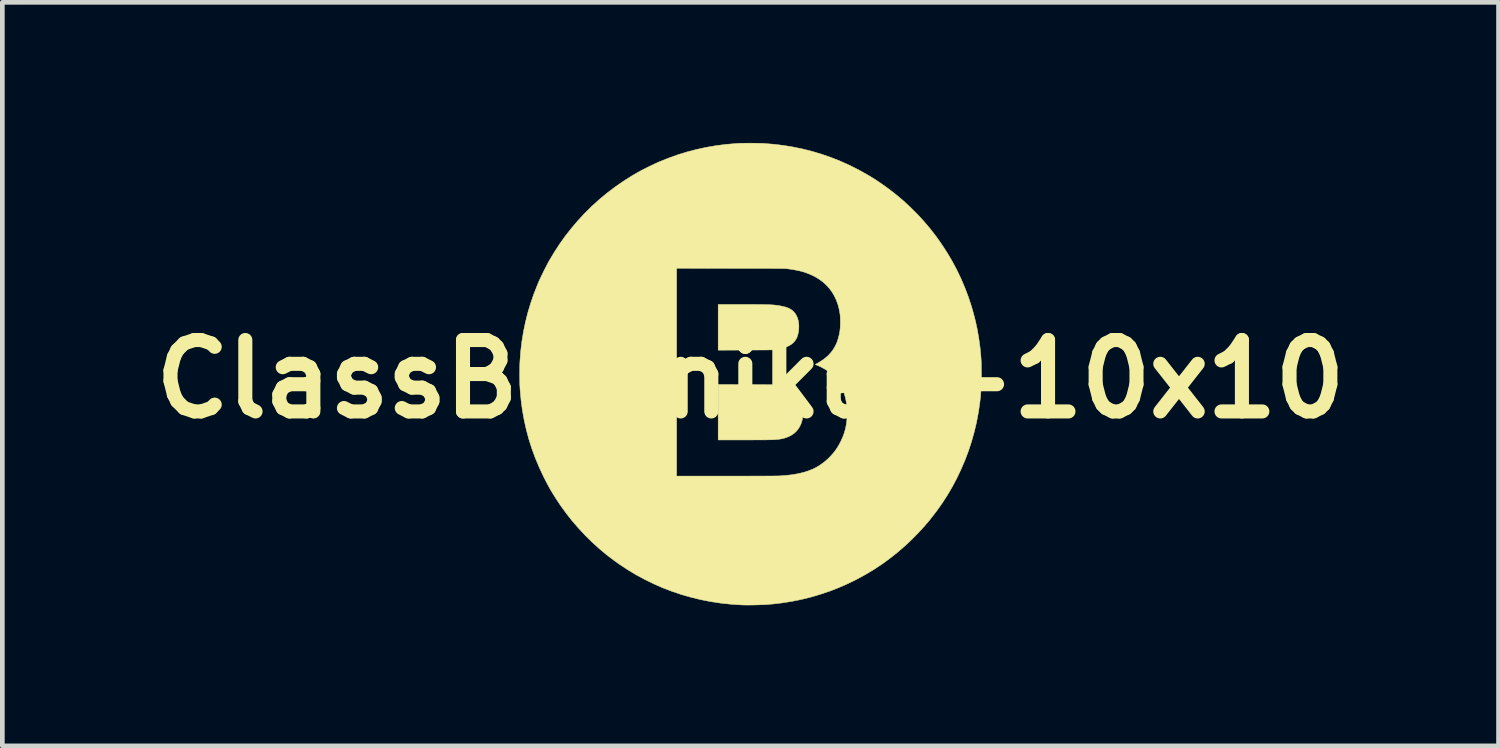
<source format=kicad_pcb>
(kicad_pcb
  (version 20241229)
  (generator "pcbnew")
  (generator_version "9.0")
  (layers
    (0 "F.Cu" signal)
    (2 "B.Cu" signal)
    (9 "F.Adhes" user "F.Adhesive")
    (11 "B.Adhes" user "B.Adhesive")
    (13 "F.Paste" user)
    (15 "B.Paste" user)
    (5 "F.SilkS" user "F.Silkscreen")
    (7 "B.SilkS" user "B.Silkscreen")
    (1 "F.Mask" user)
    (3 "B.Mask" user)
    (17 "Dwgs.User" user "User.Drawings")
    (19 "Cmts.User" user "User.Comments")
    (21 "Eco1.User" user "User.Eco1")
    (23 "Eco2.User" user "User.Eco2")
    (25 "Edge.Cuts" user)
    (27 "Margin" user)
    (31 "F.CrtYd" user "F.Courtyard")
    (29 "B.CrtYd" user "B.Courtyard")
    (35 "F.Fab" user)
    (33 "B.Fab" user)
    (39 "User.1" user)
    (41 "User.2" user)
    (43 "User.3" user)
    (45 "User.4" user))
  (footprint "ClassBMoniker-10x10"
    (layer "F.Cu")
    (at 12.961 5.039)
    (property "Reference" "ClassBMoniker-10x10" (at 0 0 0) (layer "F.SilkS") (effects (font (size 1.524 1.524) (thickness 0.3))))
    (attr through_hole)
    (fp_poly (pts (xy -0.181 -1.593) (xy -0.088 -1.593) (xy -0.003 -1.593) (xy 0.074 -1.593) (xy 0.143 -1.592) (xy 0.205 -1.592) (xy 0.261 -1.591) (xy 0.312 -1.59) (xy 0.357 -1.589) (xy 0.397 -1.588) (xy 0.434 -1.586) (xy 0.467 -1.584) (xy 0.497 -1.582) (xy 0.525 -1.579) (xy 0.551 -1.576) (xy 0.576 -1.573) (xy 0.6 -1.569) (xy 0.625 -1.565) (xy 0.65 -1.56) (xy 0.66 -1.558) (xy 0.717 -1.546) (xy 0.767 -1.532) (xy 0.809 -1.516) (xy 0.846 -1.498) (xy 0.879 -1.476) (xy 0.909 -1.451) (xy 0.919 -1.441) (xy 0.954 -1.402) (xy 0.981 -1.358) (xy 1.003 -1.309) (xy 1.019 -1.255) (xy 1.029 -1.194) (xy 1.033 -1.15) (xy 1.033 -1.094) (xy 1.029 -1.037) (xy 1.02 -0.982) (xy 1.007 -0.931) (xy 0.991 -0.885) (xy 0.986 -0.875) (xy 0.96 -0.831) (xy 0.929 -0.792) (xy 0.892 -0.757) (xy 0.847 -0.726) (xy 0.806 -0.704) (xy 0.762 -0.684) (xy 0.718 -0.668) (xy 0.671 -0.654) (xy 0.619 -0.641) (xy 0.56 -0.631) (xy 0.538 -0.627) (xy 0.529 -0.627) (xy 0.514 -0.626) (xy 0.493 -0.625) (xy 0.466 -0.624) (xy 0.432 -0.624) (xy 0.391 -0.623) (xy 0.343 -0.622) (xy 0.287 -0.622) (xy 0.223 -0.622) (xy 0.151 -0.621) (xy 0.071 -0.621) (xy -0.018 -0.62) (xy -0.094 -0.62) (xy -0.688 -0.618) (xy -0.688 -1.593) (xy -0.181 -1.593)) (stroke (width 0.01) (type solid)) (fill yes) (layer "F.SilkS"))
    (fp_poly (pts (xy -0.082 0.117) (xy 0.007 0.117) (xy 0.088 0.117) (xy 0.16 0.118) (xy 0.225 0.118) (xy 0.283 0.118) (xy 0.334 0.119) (xy 0.379 0.119) (xy 0.419 0.12) (xy 0.453 0.12) (xy 0.484 0.121) (xy 0.51 0.122) (xy 0.533 0.123) (xy 0.554 0.124) (xy 0.572 0.126) (xy 0.588 0.127) (xy 0.603 0.129) (xy 0.618 0.131) (xy 0.632 0.133) (xy 0.647 0.136) (xy 0.663 0.139) (xy 0.741 0.156) (xy 0.812 0.179) (xy 0.875 0.208) (xy 0.932 0.242) (xy 0.981 0.282) (xy 1.023 0.328) (xy 1.043 0.355) (xy 1.072 0.404) (xy 1.094 0.455) (xy 1.11 0.51) (xy 1.12 0.571) (xy 1.125 0.635) (xy 1.125 0.721) (xy 1.118 0.801) (xy 1.104 0.876) (xy 1.083 0.944) (xy 1.055 1.007) (xy 1.02 1.063) (xy 0.978 1.114) (xy 0.93 1.158) (xy 0.874 1.196) (xy 0.812 1.228) (xy 0.744 1.253) (xy 0.709 1.263) (xy 0.69 1.268) (xy 0.672 1.272) (xy 0.653 1.276) (xy 0.634 1.279) (xy 0.614 1.282) (xy 0.592 1.285) (xy 0.567 1.287) (xy 0.541 1.289) (xy 0.51 1.291) (xy 0.476 1.293) (xy 0.438 1.294) (xy 0.395 1.295) (xy 0.347 1.296) (xy 0.293 1.296) (xy 0.232 1.297) (xy 0.165 1.297) (xy 0.09 1.297) (xy 0.007 1.298) (xy -0.084 1.298) (xy -0.128 1.298) (xy -0.688 1.298) (xy -0.688 0.115) (xy -0.082 0.117)) (stroke (width 0.01) (type solid)) (fill yes) (layer "F.SilkS"))
    (fp_poly (pts (xy 0.063 -5.033) (xy 0.116 -5.033) (xy 0.165 -5.032) (xy 0.209 -5.031) (xy 0.247 -5.03) (xy 0.273 -5.029) (xy 0.488 -5.012) (xy 0.701 -4.987) (xy 0.912 -4.952) (xy 1.12 -4.909) (xy 1.325 -4.857) (xy 1.528 -4.796) (xy 1.728 -4.726) (xy 1.924 -4.648) (xy 2.118 -4.561) (xy 2.308 -4.465) (xy 2.495 -4.361) (xy 2.535 -4.337) (xy 2.659 -4.261) (xy 2.784 -4.177) (xy 2.909 -4.088) (xy 3.032 -3.996) (xy 3.15 -3.901) (xy 3.25 -3.817) (xy 3.406 -3.673) (xy 3.556 -3.524) (xy 3.7 -3.368) (xy 3.836 -3.207) (xy 3.965 -3.041) (xy 4.086 -2.869) (xy 4.2 -2.693) (xy 4.307 -2.512) (xy 4.405 -2.327) (xy 4.496 -2.137) (xy 4.578 -1.944) (xy 4.652 -1.747) (xy 4.718 -1.547) (xy 4.775 -1.344) (xy 4.805 -1.222) (xy 4.843 -1.044) (xy 4.873 -0.867) (xy 4.898 -0.688) (xy 4.916 -0.505) (xy 4.923 -0.404) (xy 4.924 -0.384) (xy 4.925 -0.356) (xy 4.926 -0.321) (xy 4.926 -0.282) (xy 4.927 -0.238) (xy 4.927 -0.192) (xy 4.928 -0.144) (xy 4.928 -0.109) (xy 4.927 -0.03) (xy 4.927 0.042) (xy 4.925 0.107) (xy 4.923 0.168) (xy 4.92 0.226) (xy 4.916 0.283) (xy 4.912 0.34) (xy 4.906 0.399) (xy 4.899 0.462) (xy 4.893 0.513) (xy 4.862 0.721) (xy 4.823 0.927) (xy 4.774 1.132) (xy 4.717 1.334) (xy 4.652 1.533) (xy 4.578 1.729) (xy 4.495 1.922) (xy 4.405 2.112) (xy 4.307 2.297) (xy 4.201 2.478) (xy 4.087 2.654) (xy 3.965 2.825) (xy 3.836 2.991) (xy 3.801 3.034) (xy 3.702 3.149) (xy 3.596 3.265) (xy 3.485 3.379) (xy 3.37 3.491) (xy 3.254 3.596) (xy 3.145 3.69) (xy 2.98 3.821) (xy 2.811 3.945) (xy 2.636 4.06) (xy 2.456 4.168) (xy 2.272 4.269) (xy 2.084 4.361) (xy 1.892 4.446) (xy 1.697 4.522) (xy 1.498 4.589) (xy 1.297 4.649) (xy 1.094 4.699) (xy 0.888 4.741) (xy 0.68 4.774) (xy 0.471 4.799) (xy 0.45 4.8) (xy 0.381 4.806) (xy 0.306 4.811) (xy 0.228 4.814) (xy 0.148 4.817) (xy 0.067 4.819) (xy -0.011 4.82) (xy -0.086 4.82) (xy -0.155 4.819) (xy -0.204 4.817) (xy -0.421 4.802) (xy -0.636 4.779) (xy -0.848 4.747) (xy -1.057 4.706) (xy -1.263 4.656) (xy -1.467 4.598) (xy -1.667 4.531) (xy -1.864 4.456) (xy -2.057 4.371) (xy -2.247 4.279) (xy -2.434 4.178) (xy -2.617 4.068) (xy -2.796 3.95) (xy -2.908 3.87) (xy -3.07 3.747) (xy -3.228 3.615) (xy -3.381 3.476) (xy -3.528 3.331) (xy -3.669 3.179) (xy -3.805 3.022) (xy -3.933 2.859) (xy -4.053 2.693) (xy -4.103 2.619) (xy -4.154 2.54) (xy -4.201 2.466) (xy -4.245 2.394) (xy -4.287 2.322) (xy -4.327 2.248) (xy -4.368 2.17) (xy -4.411 2.086) (xy -4.417 2.074) (xy -4.419 2.069) (xy -1.575 2.069) (xy -0.511 2.069) (xy -0.389 2.069) (xy -0.272 2.069) (xy -0.161 2.069) (xy -0.056 2.069) (xy 0.043 2.068) (xy 0.134 2.068) (xy 0.219 2.068) (xy 0.296 2.068) (xy 0.366 2.067) (xy 0.429 2.067) (xy 0.483 2.067) (xy 0.53 2.066) (xy 0.568 2.066) (xy 0.597 2.065) (xy 0.618 2.065) (xy 0.628 2.064) (xy 0.749 2.055) (xy 0.861 2.043) (xy 0.966 2.027) (xy 1.064 2.007) (xy 1.156 1.983) (xy 1.242 1.955) (xy 1.322 1.923) (xy 1.398 1.886) (xy 1.47 1.844) (xy 1.538 1.797) (xy 1.604 1.745) (xy 1.667 1.688) (xy 1.697 1.657) (xy 1.751 1.599) (xy 1.799 1.54) (xy 1.842 1.479) (xy 1.883 1.413) (xy 1.922 1.34) (xy 1.933 1.318) (xy 1.972 1.231) (xy 2.004 1.143) (xy 2.029 1.054) (xy 2.047 0.962) (xy 2.059 0.866) (xy 2.064 0.765) (xy 2.064 0.725) (xy 2.06 0.615) (xy 2.049 0.51) (xy 2.03 0.41) (xy 2.004 0.315) (xy 1.97 0.225) (xy 1.928 0.14) (xy 1.879 0.06) (xy 1.84 0.007) (xy 1.819 -0.018) (xy 1.793 -0.047) (xy 1.763 -0.077) (xy 1.732 -0.106) (xy 1.701 -0.133) (xy 1.674 -0.155) (xy 1.673 -0.156) (xy 1.622 -0.192) (xy 1.564 -0.227) (xy 1.503 -0.26) (xy 1.442 -0.288) (xy 1.424 -0.295) (xy 1.407 -0.302) (xy 1.394 -0.308) (xy 1.386 -0.311) (xy 1.385 -0.312) (xy 1.389 -0.315) (xy 1.399 -0.321) (xy 1.414 -0.33) (xy 1.428 -0.337) (xy 1.493 -0.376) (xy 1.55 -0.414) (xy 1.602 -0.454) (xy 1.65 -0.495) (xy 1.672 -0.517) (xy 1.726 -0.577) (xy 1.773 -0.642) (xy 1.814 -0.713) (xy 1.848 -0.789) (xy 1.875 -0.872) (xy 1.897 -0.961) (xy 1.908 -1.022) (xy 1.912 -1.058) (xy 1.916 -1.101) (xy 1.918 -1.148) (xy 1.919 -1.199) (xy 1.919 -1.249) (xy 1.918 -1.298) (xy 1.916 -1.343) (xy 1.912 -1.382) (xy 1.91 -1.395) (xy 1.892 -1.497) (xy 1.866 -1.595) (xy 1.832 -1.687) (xy 1.791 -1.774) (xy 1.743 -1.856) (xy 1.687 -1.932) (xy 1.625 -2.002) (xy 1.555 -2.066) (xy 1.479 -2.123) (xy 1.396 -2.175) (xy 1.353 -2.198) (xy 1.283 -2.231) (xy 1.212 -2.26) (xy 1.138 -2.285) (xy 1.06 -2.307) (xy 0.976 -2.325) (xy 0.887 -2.341) (xy 0.79 -2.354) (xy 0.782 -2.355) (xy 0.774 -2.356) (xy 0.764 -2.356) (xy 0.753 -2.357) (xy 0.741 -2.358) (xy 0.726 -2.358) (xy 0.709 -2.359) (xy 0.688 -2.359) (xy 0.665 -2.36) (xy 0.638 -2.36) (xy 0.607 -2.36) (xy 0.572 -2.361) (xy 0.532 -2.361) (xy 0.487 -2.361) (xy 0.437 -2.362) (xy 0.381 -2.362) (xy 0.32 -2.362) (xy 0.251 -2.362) (xy 0.176 -2.362) (xy 0.094 -2.363) (xy 0.004 -2.363) (xy -0.093 -2.363) (xy -0.199 -2.363) (xy -0.314 -2.363) (xy -0.426 -2.363) (xy -1.575 -2.365) (xy -1.575 2.069) (xy -4.419 2.069) (xy -4.507 1.881) (xy -4.589 1.685) (xy -4.662 1.487) (xy -4.726 1.286) (xy -4.781 1.082) (xy -4.827 0.876) (xy -4.865 0.667) (xy -4.893 0.455) (xy -4.913 0.24) (xy -4.918 0.162) (xy -4.92 0.13) (xy -4.921 0.091) (xy -4.922 0.046) (xy -4.922 -0.004) (xy -4.923 -0.057) (xy -4.923 -0.111) (xy -4.923 -0.165) (xy -4.922 -0.217) (xy -4.922 -0.266) (xy -4.921 -0.311) (xy -4.919 -0.349) (xy -4.918 -0.374) (xy -4.902 -0.588) (xy -4.877 -0.799) (xy -4.843 -1.007) (xy -4.801 -1.212) (xy -4.75 -1.415) (xy -4.69 -1.616) (xy -4.621 -1.816) (xy -4.543 -2.014) (xy -4.528 -2.05) (xy -4.51 -2.093) (xy -4.487 -2.142) (xy -4.462 -2.195) (xy -4.435 -2.251) (xy -4.407 -2.308) (xy -4.379 -2.364) (xy -4.351 -2.418) (xy -4.326 -2.467) (xy -4.302 -2.51) (xy -4.297 -2.519) (xy -4.187 -2.704) (xy -4.07 -2.884) (xy -3.946 -3.058) (xy -3.814 -3.225) (xy -3.676 -3.387) (xy -3.531 -3.543) (xy -3.38 -3.692) (xy -3.223 -3.834) (xy -3.059 -3.97) (xy -2.889 -4.099) (xy -2.713 -4.221) (xy -2.532 -4.336) (xy -2.408 -4.408) (xy -2.367 -4.43) (xy -2.32 -4.456) (xy -2.267 -4.483) (xy -2.212 -4.511) (xy -2.155 -4.539) (xy -2.098 -4.566) (xy -2.044 -4.592) (xy -1.994 -4.615) (xy -1.95 -4.635) (xy -1.94 -4.639) (xy -1.742 -4.718) (xy -1.544 -4.789) (xy -1.345 -4.85) (xy -1.144 -4.902) (xy -0.94 -4.946) (xy -0.735 -4.981) (xy -0.526 -5.008) (xy -0.313 -5.026) (xy -0.263 -5.029) (xy -0.232 -5.031) (xy -0.193 -5.032) (xy -0.148 -5.033) (xy -0.098 -5.033) (xy -0.045 -5.034) (xy 0.009 -5.034) (xy 0.063 -5.033)) (stroke (width 0.01) (type solid)) (fill yes) (layer "F.SilkS")))
  (gr_rect
    (start -3 -3)
    (end 28.923 12.864)
    (stroke (width 0.1) (type default))
    (fill no)
    (layer "Edge.Cuts")))
</source>
